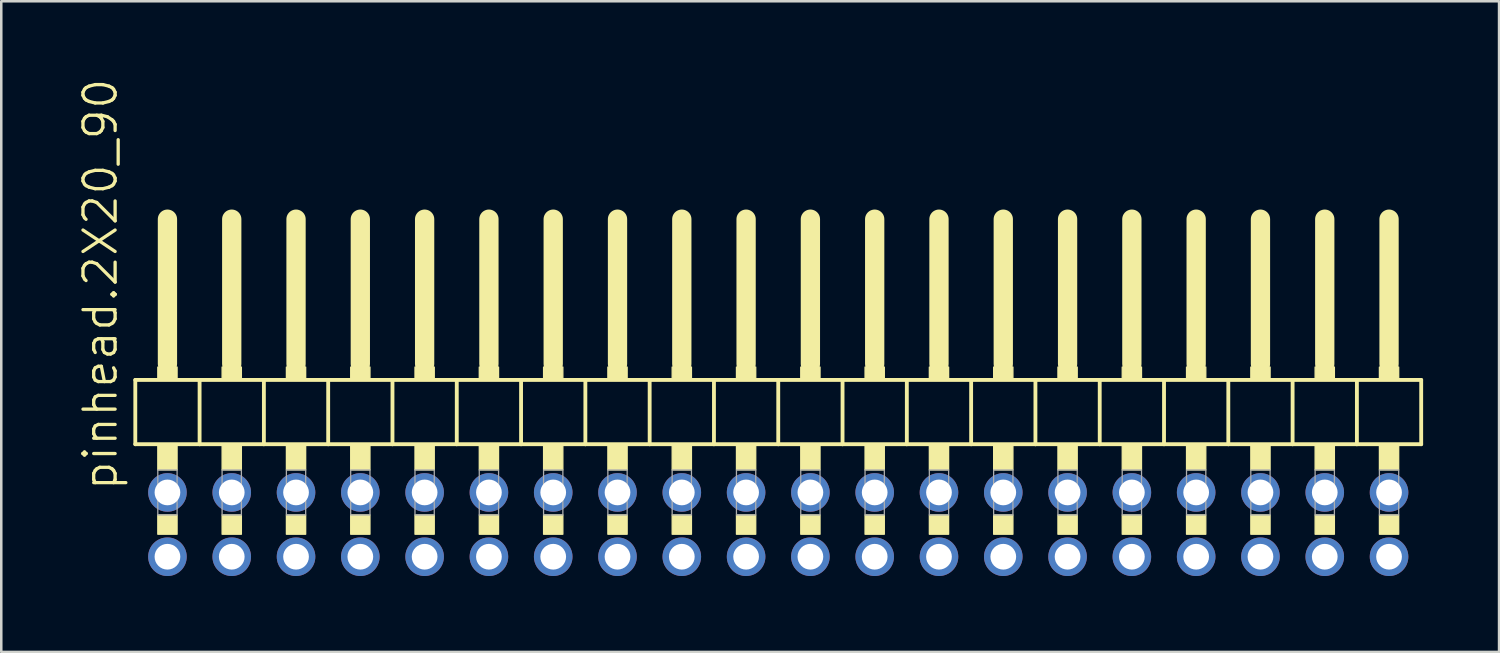
<source format=kicad_pcb>
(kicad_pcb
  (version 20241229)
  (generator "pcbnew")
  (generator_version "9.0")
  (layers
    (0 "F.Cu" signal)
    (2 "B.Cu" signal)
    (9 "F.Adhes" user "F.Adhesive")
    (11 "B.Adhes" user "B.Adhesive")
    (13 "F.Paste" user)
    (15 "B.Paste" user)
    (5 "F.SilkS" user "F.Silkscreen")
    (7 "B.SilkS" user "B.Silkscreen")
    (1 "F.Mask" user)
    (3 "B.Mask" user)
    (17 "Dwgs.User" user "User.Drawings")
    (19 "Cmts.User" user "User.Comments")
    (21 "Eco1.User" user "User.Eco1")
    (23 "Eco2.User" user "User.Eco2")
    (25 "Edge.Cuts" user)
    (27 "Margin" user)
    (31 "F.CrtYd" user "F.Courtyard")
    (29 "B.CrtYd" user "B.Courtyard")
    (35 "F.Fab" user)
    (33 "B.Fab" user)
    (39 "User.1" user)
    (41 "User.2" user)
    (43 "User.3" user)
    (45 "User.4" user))
  (footprint "pinhead.2X20_90"
    (layer "F.Cu")
    (at 27.695 12.594)
    (property "Reference" "pinhead.2X20_90" (at -26.035 3.81 90) (layer "F.SilkS") (effects (font (size 1.27 1.27) (thickness 0.13)) (justify left bottom)))
    (attr through_hole)
    (fp_line (start -25.4 -0.635) (end -25.4 1.905) (stroke (width 0.152) (type default)) (layer "F.SilkS"))
    (fp_line (start -25.4 1.905) (end -22.86 1.905) (stroke (width 0.152) (type default)) (layer "F.SilkS"))
    (fp_line (start -24.13 -6.985) (end -24.13 -1.27) (stroke (width 0.762) (type default)) (layer "F.SilkS"))
    (fp_line (start -22.86 -0.635) (end -25.4 -0.635) (stroke (width 0.152) (type default)) (layer "F.SilkS"))
    (fp_line (start -22.86 1.905) (end -22.86 -0.635) (stroke (width 0.152) (type default)) (layer "F.SilkS"))
    (fp_line (start -22.86 1.905) (end -20.32 1.905) (stroke (width 0.152) (type default)) (layer "F.SilkS"))
    (fp_line (start -21.59 -6.985) (end -21.59 -1.27) (stroke (width 0.762) (type default)) (layer "F.SilkS"))
    (fp_line (start -20.32 -0.635) (end -22.86 -0.635) (stroke (width 0.152) (type default)) (layer "F.SilkS"))
    (fp_line (start -20.32 1.905) (end -20.32 -0.635) (stroke (width 0.152) (type default)) (layer "F.SilkS"))
    (fp_line (start -20.32 1.905) (end -17.78 1.905) (stroke (width 0.152) (type default)) (layer "F.SilkS"))
    (fp_line (start -19.05 -6.985) (end -19.05 -1.27) (stroke (width 0.762) (type default)) (layer "F.SilkS"))
    (fp_line (start -17.78 -0.635) (end -20.32 -0.635) (stroke (width 0.152) (type default)) (layer "F.SilkS"))
    (fp_line (start -17.78 1.905) (end -17.78 -0.635) (stroke (width 0.152) (type default)) (layer "F.SilkS"))
    (fp_line (start -17.78 1.905) (end -15.24 1.905) (stroke (width 0.152) (type default)) (layer "F.SilkS"))
    (fp_line (start -16.51 -6.985) (end -16.51 -1.27) (stroke (width 0.762) (type default)) (layer "F.SilkS"))
    (fp_line (start -15.24 -0.635) (end -17.78 -0.635) (stroke (width 0.152) (type default)) (layer "F.SilkS"))
    (fp_line (start -15.24 1.905) (end -15.24 -0.635) (stroke (width 0.152) (type default)) (layer "F.SilkS"))
    (fp_line (start -15.24 1.905) (end -12.7 1.905) (stroke (width 0.152) (type default)) (layer "F.SilkS"))
    (fp_line (start -13.97 -6.985) (end -13.97 -1.27) (stroke (width 0.762) (type default)) (layer "F.SilkS"))
    (fp_line (start -12.7 -0.635) (end -15.24 -0.635) (stroke (width 0.152) (type default)) (layer "F.SilkS"))
    (fp_line (start -12.7 1.905) (end -12.7 -0.635) (stroke (width 0.152) (type default)) (layer "F.SilkS"))
    (fp_line (start -12.7 1.905) (end -10.16 1.905) (stroke (width 0.152) (type default)) (layer "F.SilkS"))
    (fp_line (start -11.43 -6.985) (end -11.43 -1.27) (stroke (width 0.762) (type default)) (layer "F.SilkS"))
    (fp_line (start -10.16 -0.635) (end -12.7 -0.635) (stroke (width 0.152) (type default)) (layer "F.SilkS"))
    (fp_line (start -10.16 1.905) (end -10.16 -0.635) (stroke (width 0.152) (type default)) (layer "F.SilkS"))
    (fp_line (start -10.16 1.905) (end -7.62 1.905) (stroke (width 0.152) (type default)) (layer "F.SilkS"))
    (fp_line (start -8.89 -6.985) (end -8.89 -1.27) (stroke (width 0.762) (type default)) (layer "F.SilkS"))
    (fp_line (start -7.62 -0.635) (end -10.16 -0.635) (stroke (width 0.152) (type default)) (layer "F.SilkS"))
    (fp_line (start -7.62 1.905) (end -7.62 -0.635) (stroke (width 0.152) (type default)) (layer "F.SilkS"))
    (fp_line (start -7.62 1.905) (end -5.08 1.905) (stroke (width 0.152) (type default)) (layer "F.SilkS"))
    (fp_line (start -6.35 -6.985) (end -6.35 -1.27) (stroke (width 0.762) (type default)) (layer "F.SilkS"))
    (fp_line (start -5.08 -0.635) (end -7.62 -0.635) (stroke (width 0.152) (type default)) (layer "F.SilkS"))
    (fp_line (start -5.08 1.905) (end -5.08 -0.635) (stroke (width 0.152) (type default)) (layer "F.SilkS"))
    (fp_line (start -5.08 1.905) (end -2.54 1.905) (stroke (width 0.152) (type default)) (layer "F.SilkS"))
    (fp_line (start -3.81 -6.985) (end -3.81 -1.27) (stroke (width 0.762) (type default)) (layer "F.SilkS"))
    (fp_line (start -2.54 -0.635) (end -5.08 -0.635) (stroke (width 0.152) (type default)) (layer "F.SilkS"))
    (fp_line (start -2.54 1.905) (end -2.54 -0.635) (stroke (width 0.152) (type default)) (layer "F.SilkS"))
    (fp_line (start -2.54 1.905) (end 0 1.905) (stroke (width 0.152) (type default)) (layer "F.SilkS"))
    (fp_line (start -1.27 -6.985) (end -1.27 -1.27) (stroke (width 0.762) (type default)) (layer "F.SilkS"))
    (fp_line (start 0 -0.635) (end -2.54 -0.635) (stroke (width 0.152) (type default)) (layer "F.SilkS"))
    (fp_line (start 0 1.905) (end 0 -0.635) (stroke (width 0.152) (type default)) (layer "F.SilkS"))
    (fp_line (start 0 1.905) (end 2.54 1.905) (stroke (width 0.152) (type default)) (layer "F.SilkS"))
    (fp_line (start 1.27 -6.985) (end 1.27 -1.27) (stroke (width 0.762) (type default)) (layer "F.SilkS"))
    (fp_line (start 2.54 -0.635) (end 0 -0.635) (stroke (width 0.152) (type default)) (layer "F.SilkS"))
    (fp_line (start 2.54 1.905) (end 2.54 -0.635) (stroke (width 0.152) (type default)) (layer "F.SilkS"))
    (fp_line (start 2.54 1.905) (end 5.08 1.905) (stroke (width 0.152) (type default)) (layer "F.SilkS"))
    (fp_line (start 3.81 -6.985) (end 3.81 -1.27) (stroke (width 0.762) (type default)) (layer "F.SilkS"))
    (fp_line (start 5.08 -0.635) (end 2.54 -0.635) (stroke (width 0.152) (type default)) (layer "F.SilkS"))
    (fp_line (start 5.08 1.905) (end 5.08 -0.635) (stroke (width 0.152) (type default)) (layer "F.SilkS"))
    (fp_line (start 5.08 1.905) (end 7.62 1.905) (stroke (width 0.152) (type default)) (layer "F.SilkS"))
    (fp_line (start 6.35 -6.985) (end 6.35 -1.27) (stroke (width 0.762) (type default)) (layer "F.SilkS"))
    (fp_line (start 7.62 -0.635) (end 5.08 -0.635) (stroke (width 0.152) (type default)) (layer "F.SilkS"))
    (fp_line (start 7.62 1.905) (end 7.62 -0.635) (stroke (width 0.152) (type default)) (layer "F.SilkS"))
    (fp_line (start 7.62 1.905) (end 10.16 1.905) (stroke (width 0.152) (type default)) (layer "F.SilkS"))
    (fp_line (start 8.89 -6.985) (end 8.89 -1.27) (stroke (width 0.762) (type default)) (layer "F.SilkS"))
    (fp_line (start 10.16 -0.635) (end 7.62 -0.635) (stroke (width 0.152) (type default)) (layer "F.SilkS"))
    (fp_line (start 10.16 1.905) (end 10.16 -0.635) (stroke (width 0.152) (type default)) (layer "F.SilkS"))
    (fp_line (start 10.16 1.905) (end 12.7 1.905) (stroke (width 0.152) (type default)) (layer "F.SilkS"))
    (fp_line (start 11.43 -6.985) (end 11.43 -1.27) (stroke (width 0.762) (type default)) (layer "F.SilkS"))
    (fp_line (start 12.7 -0.635) (end 10.16 -0.635) (stroke (width 0.152) (type default)) (layer "F.SilkS"))
    (fp_line (start 12.7 1.905) (end 12.7 -0.635) (stroke (width 0.152) (type default)) (layer "F.SilkS"))
    (fp_line (start 12.7 1.905) (end 15.24 1.905) (stroke (width 0.152) (type default)) (layer "F.SilkS"))
    (fp_line (start 13.97 -6.985) (end 13.97 -1.27) (stroke (width 0.762) (type default)) (layer "F.SilkS"))
    (fp_line (start 15.24 -0.635) (end 12.7 -0.635) (stroke (width 0.152) (type default)) (layer "F.SilkS"))
    (fp_line (start 15.24 1.905) (end 15.24 -0.635) (stroke (width 0.152) (type default)) (layer "F.SilkS"))
    (fp_line (start 15.24 1.905) (end 17.78 1.905) (stroke (width 0.152) (type default)) (layer "F.SilkS"))
    (fp_line (start 16.51 -6.985) (end 16.51 -1.27) (stroke (width 0.762) (type default)) (layer "F.SilkS"))
    (fp_line (start 17.78 -0.635) (end 15.24 -0.635) (stroke (width 0.152) (type default)) (layer "F.SilkS"))
    (fp_line (start 17.78 1.905) (end 17.78 -0.635) (stroke (width 0.152) (type default)) (layer "F.SilkS"))
    (fp_line (start 17.78 1.905) (end 20.32 1.905) (stroke (width 0.152) (type default)) (layer "F.SilkS"))
    (fp_line (start 19.05 -6.985) (end 19.05 -1.27) (stroke (width 0.762) (type default)) (layer "F.SilkS"))
    (fp_line (start 20.32 -0.635) (end 17.78 -0.635) (stroke (width 0.152) (type default)) (layer "F.SilkS"))
    (fp_line (start 20.32 1.905) (end 20.32 -0.635) (stroke (width 0.152) (type default)) (layer "F.SilkS"))
    (fp_line (start 20.32 1.905) (end 22.86 1.905) (stroke (width 0.152) (type default)) (layer "F.SilkS"))
    (fp_line (start 21.59 -6.985) (end 21.59 -1.27) (stroke (width 0.762) (type default)) (layer "F.SilkS"))
    (fp_line (start 22.86 -0.635) (end 20.32 -0.635) (stroke (width 0.152) (type default)) (layer "F.SilkS"))
    (fp_line (start 22.86 1.905) (end 22.86 -0.635) (stroke (width 0.152) (type default)) (layer "F.SilkS"))
    (fp_line (start 22.86 1.905) (end 25.4 1.905) (stroke (width 0.152) (type default)) (layer "F.SilkS"))
    (fp_line (start 24.13 -6.985) (end 24.13 -1.27) (stroke (width 0.762) (type default)) (layer "F.SilkS"))
    (fp_line (start 25.4 -0.635) (end 22.86 -0.635) (stroke (width 0.152) (type default)) (layer "F.SilkS"))
    (fp_line (start 25.4 1.905) (end 25.4 -0.635) (stroke (width 0.152) (type default)) (layer "F.SilkS"))
    (fp_rect (start -24.511 -0.635) (end -23.749 -1.143) (stroke (width 0.05) (type default)) (fill yes) (layer "F.SilkS"))
    (fp_rect (start -24.511 2.921) (end -23.749 1.905) (stroke (width 0.05) (type default)) (fill yes) (layer "F.SilkS"))
    (fp_rect (start -24.511 5.461) (end -23.749 4.699) (stroke (width 0.05) (type default)) (fill yes) (layer "F.SilkS"))
    (fp_rect (start -21.971 -0.635) (end -21.209 -1.143) (stroke (width 0.05) (type default)) (fill yes) (layer "F.SilkS"))
    (fp_rect (start -21.971 2.921) (end -21.209 1.905) (stroke (width 0.05) (type default)) (fill yes) (layer "F.SilkS"))
    (fp_rect (start -21.971 5.461) (end -21.209 4.699) (stroke (width 0.05) (type default)) (fill yes) (layer "F.SilkS"))
    (fp_rect (start -19.431 -0.635) (end -18.669 -1.143) (stroke (width 0.05) (type default)) (fill yes) (layer "F.SilkS"))
    (fp_rect (start -19.431 2.921) (end -18.669 1.905) (stroke (width 0.05) (type default)) (fill yes) (layer "F.SilkS"))
    (fp_rect (start -19.431 5.461) (end -18.669 4.699) (stroke (width 0.05) (type default)) (fill yes) (layer "F.SilkS"))
    (fp_rect (start -16.891 -0.635) (end -16.129 -1.143) (stroke (width 0.05) (type default)) (fill yes) (layer "F.SilkS"))
    (fp_rect (start -16.891 2.921) (end -16.129 1.905) (stroke (width 0.05) (type default)) (fill yes) (layer "F.SilkS"))
    (fp_rect (start -16.891 5.461) (end -16.129 4.699) (stroke (width 0.05) (type default)) (fill yes) (layer "F.SilkS"))
    (fp_rect (start -14.351 -0.635) (end -13.589 -1.143) (stroke (width 0.05) (type default)) (fill yes) (layer "F.SilkS"))
    (fp_rect (start -14.351 2.921) (end -13.589 1.905) (stroke (width 0.05) (type default)) (fill yes) (layer "F.SilkS"))
    (fp_rect (start -14.351 5.461) (end -13.589 4.699) (stroke (width 0.05) (type default)) (fill yes) (layer "F.SilkS"))
    (fp_rect (start -11.811 -0.635) (end -11.049 -1.143) (stroke (width 0.05) (type default)) (fill yes) (layer "F.SilkS"))
    (fp_rect (start -11.811 2.921) (end -11.049 1.905) (stroke (width 0.05) (type default)) (fill yes) (layer "F.SilkS"))
    (fp_rect (start -11.811 5.461) (end -11.049 4.699) (stroke (width 0.05) (type default)) (fill yes) (layer "F.SilkS"))
    (fp_rect (start -9.271 -0.635) (end -8.509 -1.143) (stroke (width 0.05) (type default)) (fill yes) (layer "F.SilkS"))
    (fp_rect (start -9.271 2.921) (end -8.509 1.905) (stroke (width 0.05) (type default)) (fill yes) (layer "F.SilkS"))
    (fp_rect (start -9.271 5.461) (end -8.509 4.699) (stroke (width 0.05) (type default)) (fill yes) (layer "F.SilkS"))
    (fp_rect (start -6.731 -0.635) (end -5.969 -1.143) (stroke (width 0.05) (type default)) (fill yes) (layer "F.SilkS"))
    (fp_rect (start -6.731 2.921) (end -5.969 1.905) (stroke (width 0.05) (type default)) (fill yes) (layer "F.SilkS"))
    (fp_rect (start -6.731 5.461) (end -5.969 4.699) (stroke (width 0.05) (type default)) (fill yes) (layer "F.SilkS"))
    (fp_rect (start -4.191 -0.635) (end -3.429 -1.143) (stroke (width 0.05) (type default)) (fill yes) (layer "F.SilkS"))
    (fp_rect (start -4.191 2.921) (end -3.429 1.905) (stroke (width 0.05) (type default)) (fill yes) (layer "F.SilkS"))
    (fp_rect (start -4.191 5.461) (end -3.429 4.699) (stroke (width 0.05) (type default)) (fill yes) (layer "F.SilkS"))
    (fp_rect (start -1.651 -0.635) (end -0.889 -1.143) (stroke (width 0.05) (type default)) (fill yes) (layer "F.SilkS"))
    (fp_rect (start -1.651 2.921) (end -0.889 1.905) (stroke (width 0.05) (type default)) (fill yes) (layer "F.SilkS"))
    (fp_rect (start -1.651 5.461) (end -0.889 4.699) (stroke (width 0.05) (type default)) (fill yes) (layer "F.SilkS"))
    (fp_rect (start 0.889 -0.635) (end 1.651 -1.143) (stroke (width 0.05) (type default)) (fill yes) (layer "F.SilkS"))
    (fp_rect (start 0.889 2.921) (end 1.651 1.905) (stroke (width 0.05) (type default)) (fill yes) (layer "F.SilkS"))
    (fp_rect (start 0.889 5.461) (end 1.651 4.699) (stroke (width 0.05) (type default)) (fill yes) (layer "F.SilkS"))
    (fp_rect (start 3.429 -0.635) (end 4.191 -1.143) (stroke (width 0.05) (type default)) (fill yes) (layer "F.SilkS"))
    (fp_rect (start 3.429 2.921) (end 4.191 1.905) (stroke (width 0.05) (type default)) (fill yes) (layer "F.SilkS"))
    (fp_rect (start 3.429 5.461) (end 4.191 4.699) (stroke (width 0.05) (type default)) (fill yes) (layer "F.SilkS"))
    (fp_rect (start 5.969 -0.635) (end 6.731 -1.143) (stroke (width 0.05) (type default)) (fill yes) (layer "F.SilkS"))
    (fp_rect (start 5.969 2.921) (end 6.731 1.905) (stroke (width 0.05) (type default)) (fill yes) (layer "F.SilkS"))
    (fp_rect (start 5.969 5.461) (end 6.731 4.699) (stroke (width 0.05) (type default)) (fill yes) (layer "F.SilkS"))
    (fp_rect (start 8.509 -0.635) (end 9.271 -1.143) (stroke (width 0.05) (type default)) (fill yes) (layer "F.SilkS"))
    (fp_rect (start 8.509 2.921) (end 9.271 1.905) (stroke (width 0.05) (type default)) (fill yes) (layer "F.SilkS"))
    (fp_rect (start 8.509 5.461) (end 9.271 4.699) (stroke (width 0.05) (type default)) (fill yes) (layer "F.SilkS"))
    (fp_rect (start 11.049 -0.635) (end 11.811 -1.143) (stroke (width 0.05) (type default)) (fill yes) (layer "F.SilkS"))
    (fp_rect (start 11.049 2.921) (end 11.811 1.905) (stroke (width 0.05) (type default)) (fill yes) (layer "F.SilkS"))
    (fp_rect (start 11.049 5.461) (end 11.811 4.699) (stroke (width 0.05) (type default)) (fill yes) (layer "F.SilkS"))
    (fp_rect (start 13.589 -0.635) (end 14.351 -1.143) (stroke (width 0.05) (type default)) (fill yes) (layer "F.SilkS"))
    (fp_rect (start 13.589 2.921) (end 14.351 1.905) (stroke (width 0.05) (type default)) (fill yes) (layer "F.SilkS"))
    (fp_rect (start 13.589 5.461) (end 14.351 4.699) (stroke (width 0.05) (type default)) (fill yes) (layer "F.SilkS"))
    (fp_rect (start 16.129 -0.635) (end 16.891 -1.143) (stroke (width 0.05) (type default)) (fill yes) (layer "F.SilkS"))
    (fp_rect (start 16.129 2.921) (end 16.891 1.905) (stroke (width 0.05) (type default)) (fill yes) (layer "F.SilkS"))
    (fp_rect (start 16.129 5.461) (end 16.891 4.699) (stroke (width 0.05) (type default)) (fill yes) (layer "F.SilkS"))
    (fp_rect (start 18.669 -0.635) (end 19.431 -1.143) (stroke (width 0.05) (type default)) (fill yes) (layer "F.SilkS"))
    (fp_rect (start 18.669 2.921) (end 19.431 1.905) (stroke (width 0.05) (type default)) (fill yes) (layer "F.SilkS"))
    (fp_rect (start 18.669 5.461) (end 19.431 4.699) (stroke (width 0.05) (type default)) (fill yes) (layer "F.SilkS"))
    (fp_rect (start 21.209 -0.635) (end 21.971 -1.143) (stroke (width 0.05) (type default)) (fill yes) (layer "F.SilkS"))
    (fp_rect (start 21.209 2.921) (end 21.971 1.905) (stroke (width 0.05) (type default)) (fill yes) (layer "F.SilkS"))
    (fp_rect (start 21.209 5.461) (end 21.971 4.699) (stroke (width 0.05) (type default)) (fill yes) (layer "F.SilkS"))
    (fp_rect (start 23.749 -0.635) (end 24.511 -1.143) (stroke (width 0.05) (type default)) (fill yes) (layer "F.SilkS"))
    (fp_rect (start 23.749 2.921) (end 24.511 1.905) (stroke (width 0.05) (type default)) (fill yes) (layer "F.SilkS"))
    (fp_rect (start 23.749 5.461) (end 24.511 4.699) (stroke (width 0.05) (type default)) (fill yes) (layer "F.SilkS"))
    (fp_rect (start -24.511 4.699) (end -23.749 2.921) (stroke (width 0.05) (type default)) (fill no) (layer "F.Fab"))
    (fp_rect (start -21.971 4.699) (end -21.209 2.921) (stroke (width 0.05) (type default)) (fill no) (layer "F.Fab"))
    (fp_rect (start -19.431 4.699) (end -18.669 2.921) (stroke (width 0.05) (type default)) (fill no) (layer "F.Fab"))
    (fp_rect (start -16.891 4.699) (end -16.129 2.921) (stroke (width 0.05) (type default)) (fill no) (layer "F.Fab"))
    (fp_rect (start -14.351 4.699) (end -13.589 2.921) (stroke (width 0.05) (type default)) (fill no) (layer "F.Fab"))
    (fp_rect (start -11.811 4.699) (end -11.049 2.921) (stroke (width 0.05) (type default)) (fill no) (layer "F.Fab"))
    (fp_rect (start -9.271 4.699) (end -8.509 2.921) (stroke (width 0.05) (type default)) (fill no) (layer "F.Fab"))
    (fp_rect (start -6.731 4.699) (end -5.969 2.921) (stroke (width 0.05) (type default)) (fill no) (layer "F.Fab"))
    (fp_rect (start -4.191 4.699) (end -3.429 2.921) (stroke (width 0.05) (type default)) (fill no) (layer "F.Fab"))
    (fp_rect (start -1.651 4.699) (end -0.889 2.921) (stroke (width 0.05) (type default)) (fill no) (layer "F.Fab"))
    (fp_rect (start 0.889 4.699) (end 1.651 2.921) (stroke (width 0.05) (type default)) (fill no) (layer "F.Fab"))
    (fp_rect (start 3.429 4.699) (end 4.191 2.921) (stroke (width 0.05) (type default)) (fill no) (layer "F.Fab"))
    (fp_rect (start 5.969 4.699) (end 6.731 2.921) (stroke (width 0.05) (type default)) (fill no) (layer "F.Fab"))
    (fp_rect (start 8.509 4.699) (end 9.271 2.921) (stroke (width 0.05) (type default)) (fill no) (layer "F.Fab"))
    (fp_rect (start 11.049 4.699) (end 11.811 2.921) (stroke (width 0.05) (type default)) (fill no) (layer "F.Fab"))
    (fp_rect (start 13.589 4.699) (end 14.351 2.921) (stroke (width 0.05) (type default)) (fill no) (layer "F.Fab"))
    (fp_rect (start 16.129 4.699) (end 16.891 2.921) (stroke (width 0.05) (type default)) (fill no) (layer "F.Fab"))
    (fp_rect (start 18.669 4.699) (end 19.431 2.921) (stroke (width 0.05) (type default)) (fill no) (layer "F.Fab"))
    (fp_rect (start 21.209 4.699) (end 21.971 2.921) (stroke (width 0.05) (type default)) (fill no) (layer "F.Fab"))
    (fp_rect (start 23.749 4.699) (end 24.511 2.921) (stroke (width 0.05) (type default)) (fill no) (layer "F.Fab"))
    (pad "1" thru_hole circle (at -24.13 6.35) (size 1.524 1.524) (drill 1.016) (layers "*.Cu" "*.Mask"))
    (pad "2" thru_hole circle (at -24.13 3.81) (size 1.524 1.524) (drill 1.016) (layers "*.Cu" "*.Mask"))
    (pad "3" thru_hole circle (at -21.59 6.35) (size 1.524 1.524) (drill 1.016) (layers "*.Cu" "*.Mask"))
    (pad "4" thru_hole circle (at -21.59 3.81) (size 1.524 1.524) (drill 1.016) (layers "*.Cu" "*.Mask"))
    (pad "5" thru_hole circle (at -19.05 6.35) (size 1.524 1.524) (drill 1.016) (layers "*.Cu" "*.Mask"))
    (pad "6" thru_hole circle (at -19.05 3.81) (size 1.524 1.524) (drill 1.016) (layers "*.Cu" "*.Mask"))
    (pad "7" thru_hole circle (at -16.51 6.35) (size 1.524 1.524) (drill 1.016) (layers "*.Cu" "*.Mask"))
    (pad "8" thru_hole circle (at -16.51 3.81) (size 1.524 1.524) (drill 1.016) (layers "*.Cu" "*.Mask"))
    (pad "9" thru_hole circle (at -13.97 6.35) (size 1.524 1.524) (drill 1.016) (layers "*.Cu" "*.Mask"))
    (pad "10" thru_hole circle (at -13.97 3.81) (size 1.524 1.524) (drill 1.016) (layers "*.Cu" "*.Mask"))
    (pad "11" thru_hole circle (at -11.43 6.35) (size 1.524 1.524) (drill 1.016) (layers "*.Cu" "*.Mask"))
    (pad "12" thru_hole circle (at -11.43 3.81) (size 1.524 1.524) (drill 1.016) (layers "*.Cu" "*.Mask"))
    (pad "13" thru_hole circle (at -8.89 6.35) (size 1.524 1.524) (drill 1.016) (layers "*.Cu" "*.Mask"))
    (pad "14" thru_hole circle (at -8.89 3.81) (size 1.524 1.524) (drill 1.016) (layers "*.Cu" "*.Mask"))
    (pad "15" thru_hole circle (at -6.35 6.35) (size 1.524 1.524) (drill 1.016) (layers "*.Cu" "*.Mask"))
    (pad "16" thru_hole circle (at -6.35 3.81) (size 1.524 1.524) (drill 1.016) (layers "*.Cu" "*.Mask"))
    (pad "17" thru_hole circle (at -3.81 6.35) (size 1.524 1.524) (drill 1.016) (layers "*.Cu" "*.Mask"))
    (pad "18" thru_hole circle (at -3.81 3.81) (size 1.524 1.524) (drill 1.016) (layers "*.Cu" "*.Mask"))
    (pad "19" thru_hole circle (at -1.27 6.35) (size 1.524 1.524) (drill 1.016) (layers "*.Cu" "*.Mask"))
    (pad "20" thru_hole circle (at -1.27 3.81) (size 1.524 1.524) (drill 1.016) (layers "*.Cu" "*.Mask"))
    (pad "21" thru_hole circle (at 1.27 6.35) (size 1.524 1.524) (drill 1.016) (layers "*.Cu" "*.Mask"))
    (pad "22" thru_hole circle (at 1.27 3.81) (size 1.524 1.524) (drill 1.016) (layers "*.Cu" "*.Mask"))
    (pad "23" thru_hole circle (at 3.81 6.35) (size 1.524 1.524) (drill 1.016) (layers "*.Cu" "*.Mask"))
    (pad "24" thru_hole circle (at 3.81 3.81) (size 1.524 1.524) (drill 1.016) (layers "*.Cu" "*.Mask"))
    (pad "25" thru_hole circle (at 6.35 6.35) (size 1.524 1.524) (drill 1.016) (layers "*.Cu" "*.Mask"))
    (pad "26" thru_hole circle (at 6.35 3.81) (size 1.524 1.524) (drill 1.016) (layers "*.Cu" "*.Mask"))
    (pad "27" thru_hole circle (at 8.89 6.35) (size 1.524 1.524) (drill 1.016) (layers "*.Cu" "*.Mask"))
    (pad "28" thru_hole circle (at 8.89 3.81) (size 1.524 1.524) (drill 1.016) (layers "*.Cu" "*.Mask"))
    (pad "29" thru_hole circle (at 11.43 6.35) (size 1.524 1.524) (drill 1.016) (layers "*.Cu" "*.Mask"))
    (pad "30" thru_hole circle (at 11.43 3.81) (size 1.524 1.524) (drill 1.016) (layers "*.Cu" "*.Mask"))
    (pad "31" thru_hole circle (at 13.97 6.35) (size 1.524 1.524) (drill 1.016) (layers "*.Cu" "*.Mask"))
    (pad "32" thru_hole circle (at 13.97 3.81) (size 1.524 1.524) (drill 1.016) (layers "*.Cu" "*.Mask"))
    (pad "33" thru_hole circle (at 16.51 6.35) (size 1.524 1.524) (drill 1.016) (layers "*.Cu" "*.Mask"))
    (pad "34" thru_hole circle (at 16.51 3.81) (size 1.524 1.524) (drill 1.016) (layers "*.Cu" "*.Mask"))
    (pad "35" thru_hole circle (at 19.05 6.35) (size 1.524 1.524) (drill 1.016) (layers "*.Cu" "*.Mask"))
    (pad "36" thru_hole circle (at 19.05 3.81) (size 1.524 1.524) (drill 1.016) (layers "*.Cu" "*.Mask"))
    (pad "37" thru_hole circle (at 21.59 6.35) (size 1.524 1.524) (drill 1.016) (layers "*.Cu" "*.Mask"))
    (pad "38" thru_hole circle (at 21.59 3.81) (size 1.524 1.524) (drill 1.016) (layers "*.Cu" "*.Mask"))
    (pad "39" thru_hole circle (at 24.13 6.35) (size 1.524 1.524) (drill 1.016) (layers "*.Cu" "*.Mask"))
    (pad "40" thru_hole circle (at 24.13 3.81) (size 1.524 1.524) (drill 1.016) (layers "*.Cu" "*.Mask")))
  (gr_rect
    (start -3 -3)
    (end 56.171 22.706)
    (stroke (width 0.1) (type default))
    (fill no)
    (layer "Edge.Cuts")))
</source>
